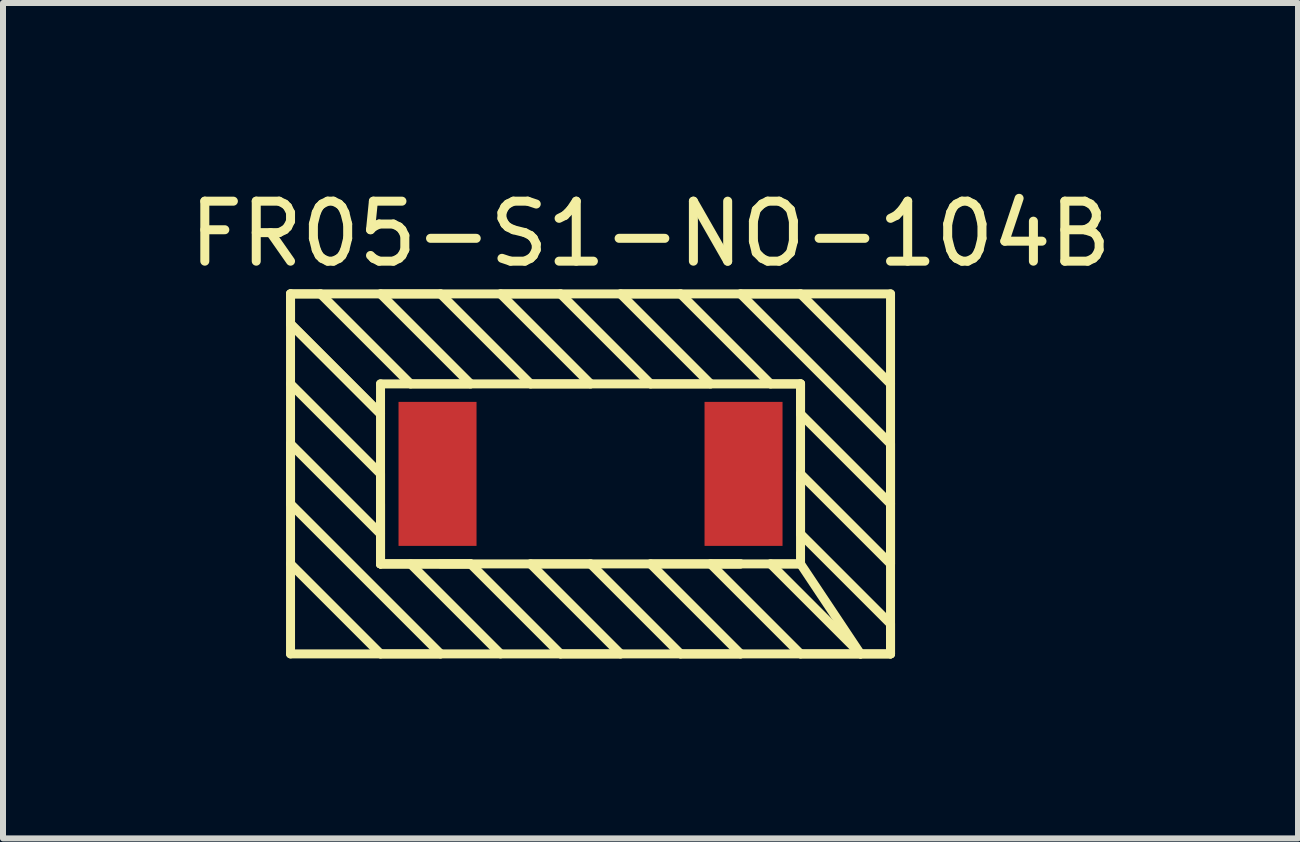
<source format=kicad_pcb>
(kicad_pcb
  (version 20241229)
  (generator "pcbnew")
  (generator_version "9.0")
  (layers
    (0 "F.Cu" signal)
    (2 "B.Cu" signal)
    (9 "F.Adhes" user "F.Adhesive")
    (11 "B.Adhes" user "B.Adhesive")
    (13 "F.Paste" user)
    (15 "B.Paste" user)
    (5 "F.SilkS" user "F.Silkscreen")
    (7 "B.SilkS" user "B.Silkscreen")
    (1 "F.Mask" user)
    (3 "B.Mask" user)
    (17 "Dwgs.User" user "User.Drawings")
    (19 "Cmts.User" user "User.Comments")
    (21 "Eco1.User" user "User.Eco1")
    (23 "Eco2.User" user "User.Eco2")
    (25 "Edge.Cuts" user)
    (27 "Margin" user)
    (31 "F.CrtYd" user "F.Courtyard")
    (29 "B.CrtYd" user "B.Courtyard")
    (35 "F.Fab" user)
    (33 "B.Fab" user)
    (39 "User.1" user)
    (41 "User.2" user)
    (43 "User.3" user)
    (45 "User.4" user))
  (footprint "FR05-S1-NO-104B"
    (layer "F.Cu")
    (at 6.792 4.848)
    (property "Reference" "FR05-S1-NO-104B" (at 1 -4 0) (layer "F.SilkS") (effects (font (size 1 1) (thickness 0.15))))
    (attr through_hole)
    (fp_line (start -5 -3) (end -4.5 -3) (stroke (width 0.15) (type solid)) (layer "F.SilkS"))
    (fp_line (start -5 -3) (end 5 -3) (stroke (width 0.15) (type solid)) (layer "F.SilkS"))
    (fp_line (start -5 -2.5) (end -5 -3) (stroke (width 0.15) (type solid)) (layer "F.SilkS"))
    (fp_line (start -5 -2.5) (end -3.5 -1) (stroke (width 0.15) (type solid)) (layer "F.SilkS"))
    (fp_line (start -5 -1.5) (end -3.5 0) (stroke (width 0.15) (type solid)) (layer "F.SilkS"))
    (fp_line (start -5 0.5) (end -5 -0.5) (stroke (width 0.15) (type solid)) (layer "F.SilkS"))
    (fp_line (start -5 1.5) (end -3.5 3) (stroke (width 0.15) (type solid)) (layer "F.SilkS"))
    (fp_line (start -5 3) (end -5 -3) (stroke (width 0.15) (type solid)) (layer "F.SilkS"))
    (fp_line (start -4.5 -3) (end -3 -1.5) (stroke (width 0.15) (type solid)) (layer "F.SilkS"))
    (fp_line (start -3.5 -3) (end -2.5 -3) (stroke (width 0.15) (type solid)) (layer "F.SilkS"))
    (fp_line (start -3.5 -1.5) (end -3.5 1.5) (stroke (width 0.15) (type solid)) (layer "F.SilkS"))
    (fp_line (start -3.5 -1) (end -5 -2.5) (stroke (width 0.15) (type solid)) (layer "F.SilkS"))
    (fp_line (start -3.5 0) (end -3.5 1.5) (stroke (width 0.15) (type solid)) (layer "F.SilkS"))
    (fp_line (start -3.5 0.5) (end -3.5 1.5) (stroke (width 0.15) (type solid)) (layer "F.SilkS"))
    (fp_line (start -3.5 1) (end -5 -0.5) (stroke (width 0.15) (type solid)) (layer "F.SilkS"))
    (fp_line (start -3.5 1.5) (end -2 1.5) (stroke (width 0.15) (type solid)) (layer "F.SilkS"))
    (fp_line (start -3.5 1.5) (end -2 1.5) (stroke (width 0.15) (type solid)) (layer "F.SilkS"))
    (fp_line (start -3.5 1.5) (end 3.5 1.5) (stroke (width 0.15) (type solid)) (layer "F.SilkS"))
    (fp_line (start -3.5 3) (end -2.5 3) (stroke (width 0.15) (type solid)) (layer "F.SilkS"))
    (fp_line (start -3 -1.5) (end -2 -1.5) (stroke (width 0.15) (type solid)) (layer "F.SilkS"))
    (fp_line (start -2.5 -3) (end -1 -1.5) (stroke (width 0.15) (type solid)) (layer "F.SilkS"))
    (fp_line (start -2.5 3) (end -5 0.5) (stroke (width 0.15) (type solid)) (layer "F.SilkS"))
    (fp_line (start -2 -1.5) (end -3.5 -3) (stroke (width 0.15) (type solid)) (layer "F.SilkS"))
    (fp_line (start -2 1.5) (end -2.5 1.5) (stroke (width 0.15) (type solid)) (layer "F.SilkS"))
    (fp_line (start -2 1.5) (end -0.5 3) (stroke (width 0.15) (type solid)) (layer "F.SilkS"))
    (fp_line (start -1.5 -3) (end -0.5 -3) (stroke (width 0.15) (type solid)) (layer "F.SilkS"))
    (fp_line (start -1.5 3) (end -3 1.5) (stroke (width 0.15) (type solid)) (layer "F.SilkS"))
    (fp_line (start -1 -1.5) (end 0 -1.5) (stroke (width 0.15) (type solid)) (layer "F.SilkS"))
    (fp_line (start -1 1.5) (end 0 1.5) (stroke (width 0.15) (type solid)) (layer "F.SilkS"))
    (fp_line (start -0.5 -3) (end 1 -1.5) (stroke (width 0.15) (type solid)) (layer "F.SilkS"))
    (fp_line (start -0.5 3) (end 0.5 3) (stroke (width 0.15) (type solid)) (layer "F.SilkS"))
    (fp_line (start 0 -1.5) (end -1.5 -3) (stroke (width 0.15) (type solid)) (layer "F.SilkS"))
    (fp_line (start 0 1.5) (end 1.5 3) (stroke (width 0.15) (type solid)) (layer "F.SilkS"))
    (fp_line (start 0.5 -3) (end 1.5 -3) (stroke (width 0.15) (type solid)) (layer "F.SilkS"))
    (fp_line (start 0.5 3) (end -1 1.5) (stroke (width 0.15) (type solid)) (layer "F.SilkS"))
    (fp_line (start 1 -1.5) (end 2 -1.5) (stroke (width 0.15) (type solid)) (layer "F.SilkS"))
    (fp_line (start 1 1.5) (end 2.5 1.5) (stroke (width 0.15) (type solid)) (layer "F.SilkS"))
    (fp_line (start 1.5 -3) (end 3 -1.5) (stroke (width 0.15) (type solid)) (layer "F.SilkS"))
    (fp_line (start 1.5 3) (end 2.5 3) (stroke (width 0.15) (type solid)) (layer "F.SilkS"))
    (fp_line (start 2 -1.5) (end 0.5 -3) (stroke (width 0.15) (type solid)) (layer "F.SilkS"))
    (fp_line (start 2 1.5) (end 3.5 3) (stroke (width 0.15) (type solid)) (layer "F.SilkS"))
    (fp_line (start 2.5 -3) (end 3.5 -3) (stroke (width 0.15) (type solid)) (layer "F.SilkS"))
    (fp_line (start 2.5 1.5) (end 2 1.5) (stroke (width 0.15) (type solid)) (layer "F.SilkS"))
    (fp_line (start 2.5 3) (end 1 1.5) (stroke (width 0.15) (type solid)) (layer "F.SilkS"))
    (fp_line (start 3 1.5) (end 4.5 3) (stroke (width 0.15) (type solid)) (layer "F.SilkS"))
    (fp_line (start 3.5 -3) (end 5 -1.5) (stroke (width 0.15) (type solid)) (layer "F.SilkS"))
    (fp_line (start 3.5 -1.5) (end -3.5 -1.5) (stroke (width 0.15) (type solid)) (layer "F.SilkS"))
    (fp_line (start 3.5 -1.5) (end 3 -1.5) (stroke (width 0.15) (type solid)) (layer "F.SilkS"))
    (fp_line (start 3.5 -1) (end 3.5 -1.5) (stroke (width 0.15) (type solid)) (layer "F.SilkS"))
    (fp_line (start 3.5 0) (end 5 1.5) (stroke (width 0.15) (type solid)) (layer "F.SilkS"))
    (fp_line (start 3.5 1) (end 3.5 0) (stroke (width 0.15) (type solid)) (layer "F.SilkS"))
    (fp_line (start 3.5 1.5) (end 3 1.5) (stroke (width 0.15) (type solid)) (layer "F.SilkS"))
    (fp_line (start 3.5 1.5) (end 3.5 -1.5) (stroke (width 0.15) (type solid)) (layer "F.SilkS"))
    (fp_line (start 3.5 3) (end 4.5 3) (stroke (width 0.15) (type solid)) (layer "F.SilkS"))
    (fp_line (start 4.5 3) (end 3.5 1.5) (stroke (width 0.15) (type solid)) (layer "F.SilkS"))
    (fp_line (start 4.5 3) (end 5 3) (stroke (width 0.15) (type solid)) (layer "F.SilkS"))
    (fp_line (start 5 -3) (end 5 3) (stroke (width 0.15) (type solid)) (layer "F.SilkS"))
    (fp_line (start 5 -0.5) (end 2.5 -3) (stroke (width 0.15) (type solid)) (layer "F.SilkS"))
    (fp_line (start 5 0.5) (end 3.5 -1) (stroke (width 0.15) (type solid)) (layer "F.SilkS"))
    (fp_line (start 5 0.5) (end 5 -0.5) (stroke (width 0.15) (type solid)) (layer "F.SilkS"))
    (fp_line (start 5 1.5) (end 5 0.5) (stroke (width 0.15) (type solid)) (layer "F.SilkS"))
    (fp_line (start 5 2.5) (end 3.5 1) (stroke (width 0.15) (type solid)) (layer "F.SilkS"))
    (fp_line (start 5 3) (end -5 3) (stroke (width 0.15) (type solid)) (layer "F.SilkS"))
    (fp_line (start 5 3) (end 5 2.5) (stroke (width 0.15) (type solid)) (layer "F.SilkS"))
    (pad "1" smd rect (at -2.55 0) (size 1.3 2.4) (layers "F.Cu" "F.Mask" "F.Paste"))
    (pad "2" smd rect (at 2.55 0) (size 1.3 2.4) (layers "F.Cu" "F.Mask" "F.Paste")))
  (gr_rect
    (start -3 -3)
    (end 18.583 10.923)
    (stroke (width 0.1) (type default))
    (fill no)
    (layer "Edge.Cuts")))
</source>
